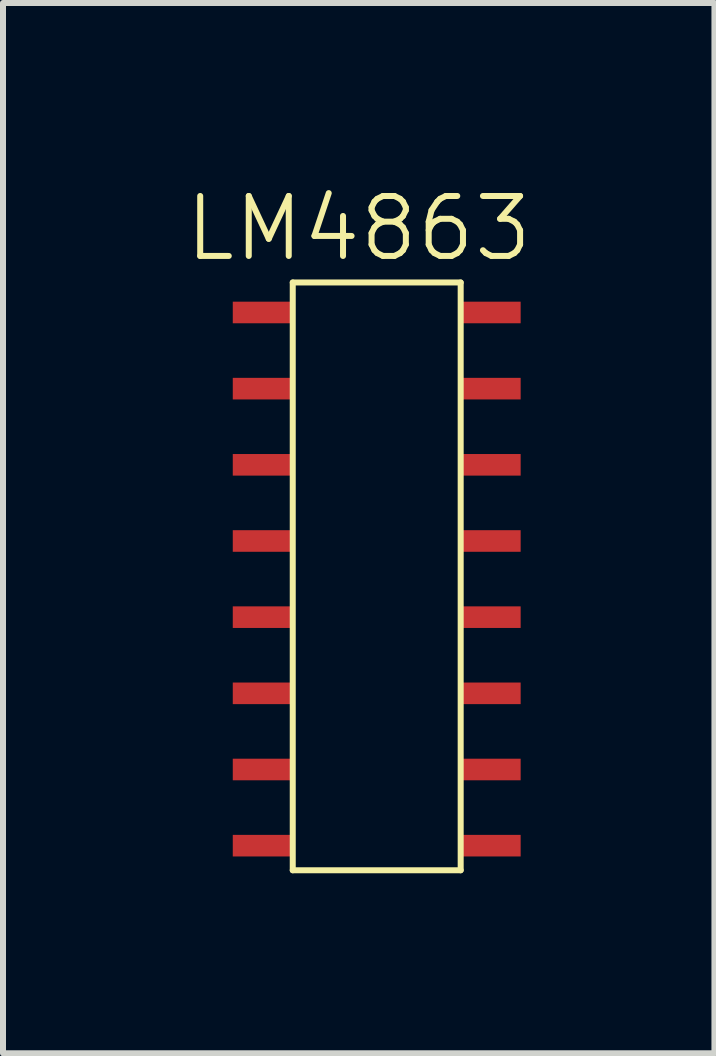
<source format=kicad_pcb>
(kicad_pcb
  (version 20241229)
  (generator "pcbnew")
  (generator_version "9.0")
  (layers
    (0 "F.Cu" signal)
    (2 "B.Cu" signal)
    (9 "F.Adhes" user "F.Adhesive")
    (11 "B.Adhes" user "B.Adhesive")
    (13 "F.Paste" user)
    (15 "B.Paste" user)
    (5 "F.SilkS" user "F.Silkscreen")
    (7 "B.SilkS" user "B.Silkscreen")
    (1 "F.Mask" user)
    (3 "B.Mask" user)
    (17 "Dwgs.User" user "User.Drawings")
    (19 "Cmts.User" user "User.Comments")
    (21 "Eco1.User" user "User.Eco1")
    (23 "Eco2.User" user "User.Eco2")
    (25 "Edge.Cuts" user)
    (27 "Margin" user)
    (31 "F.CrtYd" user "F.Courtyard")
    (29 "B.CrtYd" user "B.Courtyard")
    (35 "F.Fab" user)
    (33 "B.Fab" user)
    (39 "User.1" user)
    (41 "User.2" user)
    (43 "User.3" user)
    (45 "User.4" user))
  (footprint "LM4863"
    (layer "F.Cu")
    (at 0.831 1.96)
    (property "Reference" "LM4863" (at 2.1 -1.2 0) (unlocked yes) (layer "F.SilkS") (effects (font (size 1 1) (thickness 0.1))))
    (attr through_hole)
    (fp_line (start 1 -0.3) (end 3.8 -0.3) (stroke (width 0.1) (type default)) (layer "F.SilkS"))
    (fp_line (start 1 9.5) (end 1 -0.3) (stroke (width 0.1) (type default)) (layer "F.SilkS"))
    (fp_line (start 3.8 9.5) (end 1 9.5) (stroke (width 0.1) (type default)) (layer "F.SilkS"))
    (fp_line (start 3.8 9.5) (end 3.8 -0.3) (stroke (width 0.1) (type default)) (layer "F.SilkS"))
    (pad "1" smd rect (at 0.5 0.2) (size 1 0.36) (layers "F.Cu" "F.Mask" "F.Paste"))
    (pad "2" smd rect (at 0.5 1.47) (size 1 0.36) (layers "F.Cu" "F.Mask" "F.Paste"))
    (pad "3" smd rect (at 0.5 2.74) (size 1 0.36) (layers "F.Cu" "F.Mask" "F.Paste"))
    (pad "4" smd rect (at 0.5 4.01) (size 1 0.36) (layers "F.Cu" "F.Mask" "F.Paste"))
    (pad "5" smd rect (at 0.5 5.28) (size 1 0.36) (layers "F.Cu" "F.Mask" "F.Paste"))
    (pad "6" smd rect (at 0.5 6.55) (size 1 0.36) (layers "F.Cu" "F.Mask" "F.Paste"))
    (pad "7" smd rect (at 0.5 7.82) (size 1 0.36) (layers "F.Cu" "F.Mask" "F.Paste"))
    (pad "8" smd rect (at 0.5 9.09) (size 1 0.36) (layers "F.Cu" "F.Mask" "F.Paste"))
    (pad "9" smd rect (at 4.3 9.09) (size 1 0.36) (layers "F.Cu" "F.Mask" "F.Paste"))
    (pad "10" smd rect (at 4.3 7.82) (size 1 0.36) (layers "F.Cu" "F.Mask" "F.Paste"))
    (pad "11" smd rect (at 4.3 6.55) (size 1 0.36) (layers "F.Cu" "F.Mask" "F.Paste"))
    (pad "12" smd rect (at 4.3 5.28) (size 1 0.36) (layers "F.Cu" "F.Mask" "F.Paste"))
    (pad "13" smd rect (at 4.3 4.01) (size 1 0.36) (layers "F.Cu" "F.Mask" "F.Paste"))
    (pad "14" smd rect (at 4.3 2.74) (size 1 0.36) (layers "F.Cu" "F.Mask" "F.Paste"))
    (pad "15" smd rect (at 4.3 1.47) (size 1 0.36) (layers "F.Cu" "F.Mask" "F.Paste"))
    (pad "16" smd rect (at 4.3 0.2) (size 1 0.36) (layers "F.Cu" "F.Mask" "F.Paste")))
  (gr_rect
    (start -3 -3)
    (end 8.862 14.511)
    (stroke (width 0.1) (type default))
    (fill no)
    (layer "Edge.Cuts")))
</source>
